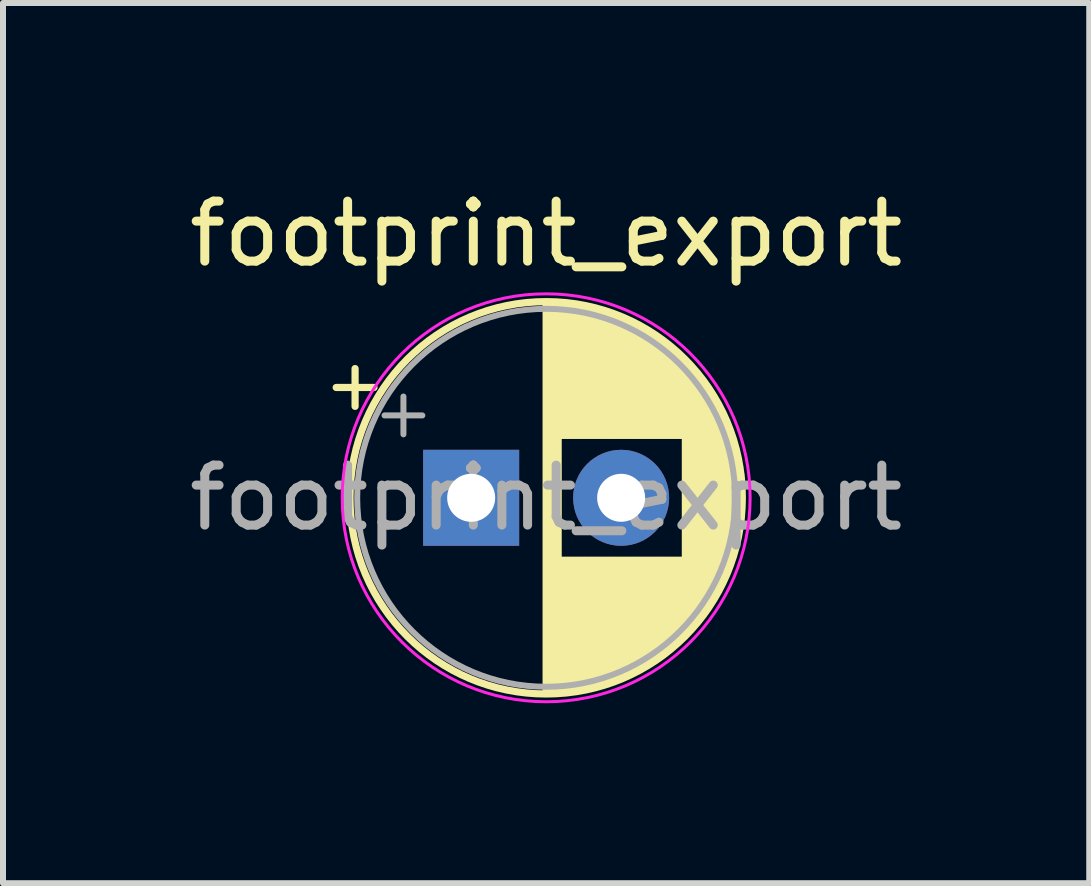
<source format=kicad_pcb>
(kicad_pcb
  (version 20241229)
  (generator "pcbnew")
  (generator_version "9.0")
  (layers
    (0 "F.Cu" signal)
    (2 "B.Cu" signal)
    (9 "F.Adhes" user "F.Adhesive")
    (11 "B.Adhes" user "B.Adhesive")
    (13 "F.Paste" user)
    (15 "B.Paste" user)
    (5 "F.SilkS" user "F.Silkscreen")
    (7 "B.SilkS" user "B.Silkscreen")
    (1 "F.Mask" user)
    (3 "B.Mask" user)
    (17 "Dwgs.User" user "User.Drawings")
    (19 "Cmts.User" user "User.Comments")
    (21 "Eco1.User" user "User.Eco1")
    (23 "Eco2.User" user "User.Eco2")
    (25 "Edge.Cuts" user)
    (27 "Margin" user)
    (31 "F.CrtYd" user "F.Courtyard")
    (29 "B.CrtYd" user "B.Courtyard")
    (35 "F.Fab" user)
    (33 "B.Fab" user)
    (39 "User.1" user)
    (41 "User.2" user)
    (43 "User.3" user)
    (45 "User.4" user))
  (footprint "footprint_export"
    (layer "F.Cu")
    (at 4.804 5.248)
    (property "Reference" "footprint_export" (at 1.25 -4.4 0) (layer "F.SilkS") (effects (font (size 1 1) (thickness 0.15))))
    (attr through_hole)
    (fp_line (start -2.25 -1.839) (end -1.62 -1.839) (stroke (width 0.12) (type solid)) (layer "F.SilkS"))
    (fp_line (start -1.935 -2.154) (end -1.935 -1.524) (stroke (width 0.12) (type solid)) (layer "F.SilkS"))
    (fp_line (start 1.25 -3.23) (end 1.25 3.23) (stroke (width 0.12) (type solid)) (layer "F.SilkS"))
    (fp_line (start 1.29 -3.23) (end 1.29 3.23) (stroke (width 0.12) (type solid)) (layer "F.SilkS"))
    (fp_line (start 1.33 -3.23) (end 1.33 3.23) (stroke (width 0.12) (type solid)) (layer "F.SilkS"))
    (fp_line (start 1.37 -3.228) (end 1.37 3.228) (stroke (width 0.12) (type solid)) (layer "F.SilkS"))
    (fp_line (start 1.41 -3.227) (end 1.41 3.227) (stroke (width 0.12) (type solid)) (layer "F.SilkS"))
    (fp_line (start 1.45 -3.224) (end 1.45 3.224) (stroke (width 0.12) (type solid)) (layer "F.SilkS"))
    (fp_line (start 1.49 -3.222) (end 1.49 -1.04) (stroke (width 0.12) (type solid)) (layer "F.SilkS"))
    (fp_line (start 1.49 1.04) (end 1.49 3.222) (stroke (width 0.12) (type solid)) (layer "F.SilkS"))
    (fp_line (start 1.53 -3.218) (end 1.53 -1.04) (stroke (width 0.12) (type solid)) (layer "F.SilkS"))
    (fp_line (start 1.53 1.04) (end 1.53 3.218) (stroke (width 0.12) (type solid)) (layer "F.SilkS"))
    (fp_line (start 1.57 -3.215) (end 1.57 -1.04) (stroke (width 0.12) (type solid)) (layer "F.SilkS"))
    (fp_line (start 1.57 1.04) (end 1.57 3.215) (stroke (width 0.12) (type solid)) (layer "F.SilkS"))
    (fp_line (start 1.61 -3.211) (end 1.61 -1.04) (stroke (width 0.12) (type solid)) (layer "F.SilkS"))
    (fp_line (start 1.61 1.04) (end 1.61 3.211) (stroke (width 0.12) (type solid)) (layer "F.SilkS"))
    (fp_line (start 1.65 -3.206) (end 1.65 -1.04) (stroke (width 0.12) (type solid)) (layer "F.SilkS"))
    (fp_line (start 1.65 1.04) (end 1.65 3.206) (stroke (width 0.12) (type solid)) (layer "F.SilkS"))
    (fp_line (start 1.69 -3.201) (end 1.69 -1.04) (stroke (width 0.12) (type solid)) (layer "F.SilkS"))
    (fp_line (start 1.69 1.04) (end 1.69 3.201) (stroke (width 0.12) (type solid)) (layer "F.SilkS"))
    (fp_line (start 1.73 -3.195) (end 1.73 -1.04) (stroke (width 0.12) (type solid)) (layer "F.SilkS"))
    (fp_line (start 1.73 1.04) (end 1.73 3.195) (stroke (width 0.12) (type solid)) (layer "F.SilkS"))
    (fp_line (start 1.77 -3.189) (end 1.77 -1.04) (stroke (width 0.12) (type solid)) (layer "F.SilkS"))
    (fp_line (start 1.77 1.04) (end 1.77 3.189) (stroke (width 0.12) (type solid)) (layer "F.SilkS"))
    (fp_line (start 1.81 -3.182) (end 1.81 -1.04) (stroke (width 0.12) (type solid)) (layer "F.SilkS"))
    (fp_line (start 1.81 1.04) (end 1.81 3.182) (stroke (width 0.12) (type solid)) (layer "F.SilkS"))
    (fp_line (start 1.85 -3.175) (end 1.85 -1.04) (stroke (width 0.12) (type solid)) (layer "F.SilkS"))
    (fp_line (start 1.85 1.04) (end 1.85 3.175) (stroke (width 0.12) (type solid)) (layer "F.SilkS"))
    (fp_line (start 1.89 -3.167) (end 1.89 -1.04) (stroke (width 0.12) (type solid)) (layer "F.SilkS"))
    (fp_line (start 1.89 1.04) (end 1.89 3.167) (stroke (width 0.12) (type solid)) (layer "F.SilkS"))
    (fp_line (start 1.93 -3.159) (end 1.93 -1.04) (stroke (width 0.12) (type solid)) (layer "F.SilkS"))
    (fp_line (start 1.93 1.04) (end 1.93 3.159) (stroke (width 0.12) (type solid)) (layer "F.SilkS"))
    (fp_line (start 1.971 -3.15) (end 1.971 -1.04) (stroke (width 0.12) (type solid)) (layer "F.SilkS"))
    (fp_line (start 1.971 1.04) (end 1.971 3.15) (stroke (width 0.12) (type solid)) (layer "F.SilkS"))
    (fp_line (start 2.011 -3.141) (end 2.011 -1.04) (stroke (width 0.12) (type solid)) (layer "F.SilkS"))
    (fp_line (start 2.011 1.04) (end 2.011 3.141) (stroke (width 0.12) (type solid)) (layer "F.SilkS"))
    (fp_line (start 2.051 -3.131) (end 2.051 -1.04) (stroke (width 0.12) (type solid)) (layer "F.SilkS"))
    (fp_line (start 2.051 1.04) (end 2.051 3.131) (stroke (width 0.12) (type solid)) (layer "F.SilkS"))
    (fp_line (start 2.091 -3.121) (end 2.091 -1.04) (stroke (width 0.12) (type solid)) (layer "F.SilkS"))
    (fp_line (start 2.091 1.04) (end 2.091 3.121) (stroke (width 0.12) (type solid)) (layer "F.SilkS"))
    (fp_line (start 2.131 -3.11) (end 2.131 -1.04) (stroke (width 0.12) (type solid)) (layer "F.SilkS"))
    (fp_line (start 2.131 1.04) (end 2.131 3.11) (stroke (width 0.12) (type solid)) (layer "F.SilkS"))
    (fp_line (start 2.171 -3.098) (end 2.171 -1.04) (stroke (width 0.12) (type solid)) (layer "F.SilkS"))
    (fp_line (start 2.171 1.04) (end 2.171 3.098) (stroke (width 0.12) (type solid)) (layer "F.SilkS"))
    (fp_line (start 2.211 -3.086) (end 2.211 -1.04) (stroke (width 0.12) (type solid)) (layer "F.SilkS"))
    (fp_line (start 2.211 1.04) (end 2.211 3.086) (stroke (width 0.12) (type solid)) (layer "F.SilkS"))
    (fp_line (start 2.251 -3.074) (end 2.251 -1.04) (stroke (width 0.12) (type solid)) (layer "F.SilkS"))
    (fp_line (start 2.251 1.04) (end 2.251 3.074) (stroke (width 0.12) (type solid)) (layer "F.SilkS"))
    (fp_line (start 2.291 -3.061) (end 2.291 -1.04) (stroke (width 0.12) (type solid)) (layer "F.SilkS"))
    (fp_line (start 2.291 1.04) (end 2.291 3.061) (stroke (width 0.12) (type solid)) (layer "F.SilkS"))
    (fp_line (start 2.331 -3.047) (end 2.331 -1.04) (stroke (width 0.12) (type solid)) (layer "F.SilkS"))
    (fp_line (start 2.331 1.04) (end 2.331 3.047) (stroke (width 0.12) (type solid)) (layer "F.SilkS"))
    (fp_line (start 2.371 -3.033) (end 2.371 -1.04) (stroke (width 0.12) (type solid)) (layer "F.SilkS"))
    (fp_line (start 2.371 1.04) (end 2.371 3.033) (stroke (width 0.12) (type solid)) (layer "F.SilkS"))
    (fp_line (start 2.411 -3.018) (end 2.411 -1.04) (stroke (width 0.12) (type solid)) (layer "F.SilkS"))
    (fp_line (start 2.411 1.04) (end 2.411 3.018) (stroke (width 0.12) (type solid)) (layer "F.SilkS"))
    (fp_line (start 2.451 -3.002) (end 2.451 -1.04) (stroke (width 0.12) (type solid)) (layer "F.SilkS"))
    (fp_line (start 2.451 1.04) (end 2.451 3.002) (stroke (width 0.12) (type solid)) (layer "F.SilkS"))
    (fp_line (start 2.491 -2.986) (end 2.491 -1.04) (stroke (width 0.12) (type solid)) (layer "F.SilkS"))
    (fp_line (start 2.491 1.04) (end 2.491 2.986) (stroke (width 0.12) (type solid)) (layer "F.SilkS"))
    (fp_line (start 2.531 -2.97) (end 2.531 -1.04) (stroke (width 0.12) (type solid)) (layer "F.SilkS"))
    (fp_line (start 2.531 1.04) (end 2.531 2.97) (stroke (width 0.12) (type solid)) (layer "F.SilkS"))
    (fp_line (start 2.571 -2.952) (end 2.571 -1.04) (stroke (width 0.12) (type solid)) (layer "F.SilkS"))
    (fp_line (start 2.571 1.04) (end 2.571 2.952) (stroke (width 0.12) (type solid)) (layer "F.SilkS"))
    (fp_line (start 2.611 -2.934) (end 2.611 -1.04) (stroke (width 0.12) (type solid)) (layer "F.SilkS"))
    (fp_line (start 2.611 1.04) (end 2.611 2.934) (stroke (width 0.12) (type solid)) (layer "F.SilkS"))
    (fp_line (start 2.651 -2.916) (end 2.651 -1.04) (stroke (width 0.12) (type solid)) (layer "F.SilkS"))
    (fp_line (start 2.651 1.04) (end 2.651 2.916) (stroke (width 0.12) (type solid)) (layer "F.SilkS"))
    (fp_line (start 2.691 -2.896) (end 2.691 -1.04) (stroke (width 0.12) (type solid)) (layer "F.SilkS"))
    (fp_line (start 2.691 1.04) (end 2.691 2.896) (stroke (width 0.12) (type solid)) (layer "F.SilkS"))
    (fp_line (start 2.731 -2.876) (end 2.731 -1.04) (stroke (width 0.12) (type solid)) (layer "F.SilkS"))
    (fp_line (start 2.731 1.04) (end 2.731 2.876) (stroke (width 0.12) (type solid)) (layer "F.SilkS"))
    (fp_line (start 2.771 -2.856) (end 2.771 -1.04) (stroke (width 0.12) (type solid)) (layer "F.SilkS"))
    (fp_line (start 2.771 1.04) (end 2.771 2.856) (stroke (width 0.12) (type solid)) (layer "F.SilkS"))
    (fp_line (start 2.811 -2.834) (end 2.811 -1.04) (stroke (width 0.12) (type solid)) (layer "F.SilkS"))
    (fp_line (start 2.811 1.04) (end 2.811 2.834) (stroke (width 0.12) (type solid)) (layer "F.SilkS"))
    (fp_line (start 2.851 -2.812) (end 2.851 -1.04) (stroke (width 0.12) (type solid)) (layer "F.SilkS"))
    (fp_line (start 2.851 1.04) (end 2.851 2.812) (stroke (width 0.12) (type solid)) (layer "F.SilkS"))
    (fp_line (start 2.891 -2.79) (end 2.891 -1.04) (stroke (width 0.12) (type solid)) (layer "F.SilkS"))
    (fp_line (start 2.891 1.04) (end 2.891 2.79) (stroke (width 0.12) (type solid)) (layer "F.SilkS"))
    (fp_line (start 2.931 -2.766) (end 2.931 -1.04) (stroke (width 0.12) (type solid)) (layer "F.SilkS"))
    (fp_line (start 2.931 1.04) (end 2.931 2.766) (stroke (width 0.12) (type solid)) (layer "F.SilkS"))
    (fp_line (start 2.971 -2.742) (end 2.971 -1.04) (stroke (width 0.12) (type solid)) (layer "F.SilkS"))
    (fp_line (start 2.971 1.04) (end 2.971 2.742) (stroke (width 0.12) (type solid)) (layer "F.SilkS"))
    (fp_line (start 3.011 -2.716) (end 3.011 -1.04) (stroke (width 0.12) (type solid)) (layer "F.SilkS"))
    (fp_line (start 3.011 1.04) (end 3.011 2.716) (stroke (width 0.12) (type solid)) (layer "F.SilkS"))
    (fp_line (start 3.051 -2.69) (end 3.051 -1.04) (stroke (width 0.12) (type solid)) (layer "F.SilkS"))
    (fp_line (start 3.051 1.04) (end 3.051 2.69) (stroke (width 0.12) (type solid)) (layer "F.SilkS"))
    (fp_line (start 3.091 -2.664) (end 3.091 -1.04) (stroke (width 0.12) (type solid)) (layer "F.SilkS"))
    (fp_line (start 3.091 1.04) (end 3.091 2.664) (stroke (width 0.12) (type solid)) (layer "F.SilkS"))
    (fp_line (start 3.131 -2.636) (end 3.131 -1.04) (stroke (width 0.12) (type solid)) (layer "F.SilkS"))
    (fp_line (start 3.131 1.04) (end 3.131 2.636) (stroke (width 0.12) (type solid)) (layer "F.SilkS"))
    (fp_line (start 3.171 -2.607) (end 3.171 -1.04) (stroke (width 0.12) (type solid)) (layer "F.SilkS"))
    (fp_line (start 3.171 1.04) (end 3.171 2.607) (stroke (width 0.12) (type solid)) (layer "F.SilkS"))
    (fp_line (start 3.211 -2.578) (end 3.211 -1.04) (stroke (width 0.12) (type solid)) (layer "F.SilkS"))
    (fp_line (start 3.211 1.04) (end 3.211 2.578) (stroke (width 0.12) (type solid)) (layer "F.SilkS"))
    (fp_line (start 3.251 -2.548) (end 3.251 -1.04) (stroke (width 0.12) (type solid)) (layer "F.SilkS"))
    (fp_line (start 3.251 1.04) (end 3.251 2.548) (stroke (width 0.12) (type solid)) (layer "F.SilkS"))
    (fp_line (start 3.291 -2.516) (end 3.291 -1.04) (stroke (width 0.12) (type solid)) (layer "F.SilkS"))
    (fp_line (start 3.291 1.04) (end 3.291 2.516) (stroke (width 0.12) (type solid)) (layer "F.SilkS"))
    (fp_line (start 3.331 -2.484) (end 3.331 -1.04) (stroke (width 0.12) (type solid)) (layer "F.SilkS"))
    (fp_line (start 3.331 1.04) (end 3.331 2.484) (stroke (width 0.12) (type solid)) (layer "F.SilkS"))
    (fp_line (start 3.371 -2.45) (end 3.371 -1.04) (stroke (width 0.12) (type solid)) (layer "F.SilkS"))
    (fp_line (start 3.371 1.04) (end 3.371 2.45) (stroke (width 0.12) (type solid)) (layer "F.SilkS"))
    (fp_line (start 3.411 -2.416) (end 3.411 -1.04) (stroke (width 0.12) (type solid)) (layer "F.SilkS"))
    (fp_line (start 3.411 1.04) (end 3.411 2.416) (stroke (width 0.12) (type solid)) (layer "F.SilkS"))
    (fp_line (start 3.451 -2.38) (end 3.451 -1.04) (stroke (width 0.12) (type solid)) (layer "F.SilkS"))
    (fp_line (start 3.451 1.04) (end 3.451 2.38) (stroke (width 0.12) (type solid)) (layer "F.SilkS"))
    (fp_line (start 3.491 -2.343) (end 3.491 -1.04) (stroke (width 0.12) (type solid)) (layer "F.SilkS"))
    (fp_line (start 3.491 1.04) (end 3.491 2.343) (stroke (width 0.12) (type solid)) (layer "F.SilkS"))
    (fp_line (start 3.531 -2.305) (end 3.531 -1.04) (stroke (width 0.12) (type solid)) (layer "F.SilkS"))
    (fp_line (start 3.531 1.04) (end 3.531 2.305) (stroke (width 0.12) (type solid)) (layer "F.SilkS"))
    (fp_line (start 3.571 -2.265) (end 3.571 2.265) (stroke (width 0.12) (type solid)) (layer "F.SilkS"))
    (fp_line (start 3.611 -2.224) (end 3.611 2.224) (stroke (width 0.12) (type solid)) (layer "F.SilkS"))
    (fp_line (start 3.651 -2.182) (end 3.651 2.182) (stroke (width 0.12) (type solid)) (layer "F.SilkS"))
    (fp_line (start 3.691 -2.137) (end 3.691 2.137) (stroke (width 0.12) (type solid)) (layer "F.SilkS"))
    (fp_line (start 3.731 -2.092) (end 3.731 2.092) (stroke (width 0.12) (type solid)) (layer "F.SilkS"))
    (fp_line (start 3.771 -2.044) (end 3.771 2.044) (stroke (width 0.12) (type solid)) (layer "F.SilkS"))
    (fp_line (start 3.811 -1.995) (end 3.811 1.995) (stroke (width 0.12) (type solid)) (layer "F.SilkS"))
    (fp_line (start 3.851 -1.944) (end 3.851 1.944) (stroke (width 0.12) (type solid)) (layer "F.SilkS"))
    (fp_line (start 3.891 -1.89) (end 3.891 1.89) (stroke (width 0.12) (type solid)) (layer "F.SilkS"))
    (fp_line (start 3.931 -1.834) (end 3.931 1.834) (stroke (width 0.12) (type solid)) (layer "F.SilkS"))
    (fp_line (start 3.971 -1.776) (end 3.971 1.776) (stroke (width 0.12) (type solid)) (layer "F.SilkS"))
    (fp_line (start 4.011 -1.714) (end 4.011 1.714) (stroke (width 0.12) (type solid)) (layer "F.SilkS"))
    (fp_line (start 4.051 -1.65) (end 4.051 1.65) (stroke (width 0.12) (type solid)) (layer "F.SilkS"))
    (fp_line (start 4.091 -1.581) (end 4.091 1.581) (stroke (width 0.12) (type solid)) (layer "F.SilkS"))
    (fp_line (start 4.131 -1.509) (end 4.131 1.509) (stroke (width 0.12) (type solid)) (layer "F.SilkS"))
    (fp_line (start 4.171 -1.432) (end 4.171 1.432) (stroke (width 0.12) (type solid)) (layer "F.SilkS"))
    (fp_line (start 4.211 -1.35) (end 4.211 1.35) (stroke (width 0.12) (type solid)) (layer "F.SilkS"))
    (fp_line (start 4.251 -1.262) (end 4.251 1.262) (stroke (width 0.12) (type solid)) (layer "F.SilkS"))
    (fp_line (start 4.291 -1.165) (end 4.291 1.165) (stroke (width 0.12) (type solid)) (layer "F.SilkS"))
    (fp_line (start 4.331 -1.059) (end 4.331 1.059) (stroke (width 0.12) (type solid)) (layer "F.SilkS"))
    (fp_line (start 4.371 -0.94) (end 4.371 0.94) (stroke (width 0.12) (type solid)) (layer "F.SilkS"))
    (fp_line (start 4.411 -0.802) (end 4.411 0.802) (stroke (width 0.12) (type solid)) (layer "F.SilkS"))
    (fp_line (start 4.451 -0.633) (end 4.451 0.633) (stroke (width 0.12) (type solid)) (layer "F.SilkS"))
    (fp_line (start 4.491 -0.402) (end 4.491 0.402) (stroke (width 0.12) (type solid)) (layer "F.SilkS"))
    (fp_circle (center 1.25 0) (end 4.52 0) (stroke (width 0.12) (type solid)) (fill no) (layer "F.SilkS"))
    (fp_circle (center 1.25 0) (end 4.65 0) (stroke (width 0.05) (type solid)) (fill no) (layer "F.CrtYd"))
    (fp_line (start -1.444 -1.373) (end -0.814 -1.373) (stroke (width 0.1) (type solid)) (layer "F.Fab"))
    (fp_line (start -1.129 -1.688) (end -1.129 -1.058) (stroke (width 0.1) (type solid)) (layer "F.Fab"))
    (fp_circle (center 1.25 0) (end 4.4 0) (stroke (width 0.1) (type solid)) (fill no) (layer "F.Fab"))
    (fp_text user "${REFERENCE}" (at 1.25 0 0) (layer "F.Fab") (effects (font (size 1 1) (thickness 0.15))))
    (pad "1" thru_hole rect (at 0 0) (size 1.6 1.6) (drill 0.8) (layers "*.Cu" "*.Mask"))
    (pad "2" thru_hole circle (at 2.5 0) (size 1.6 1.6) (drill 0.8) (layers "*.Cu" "*.Mask")))
  (gr_rect
    (start -3 -3)
    (end 15.107 11.673)
    (stroke (width 0.1) (type default))
    (fill no)
    (layer "Edge.Cuts")))
</source>
